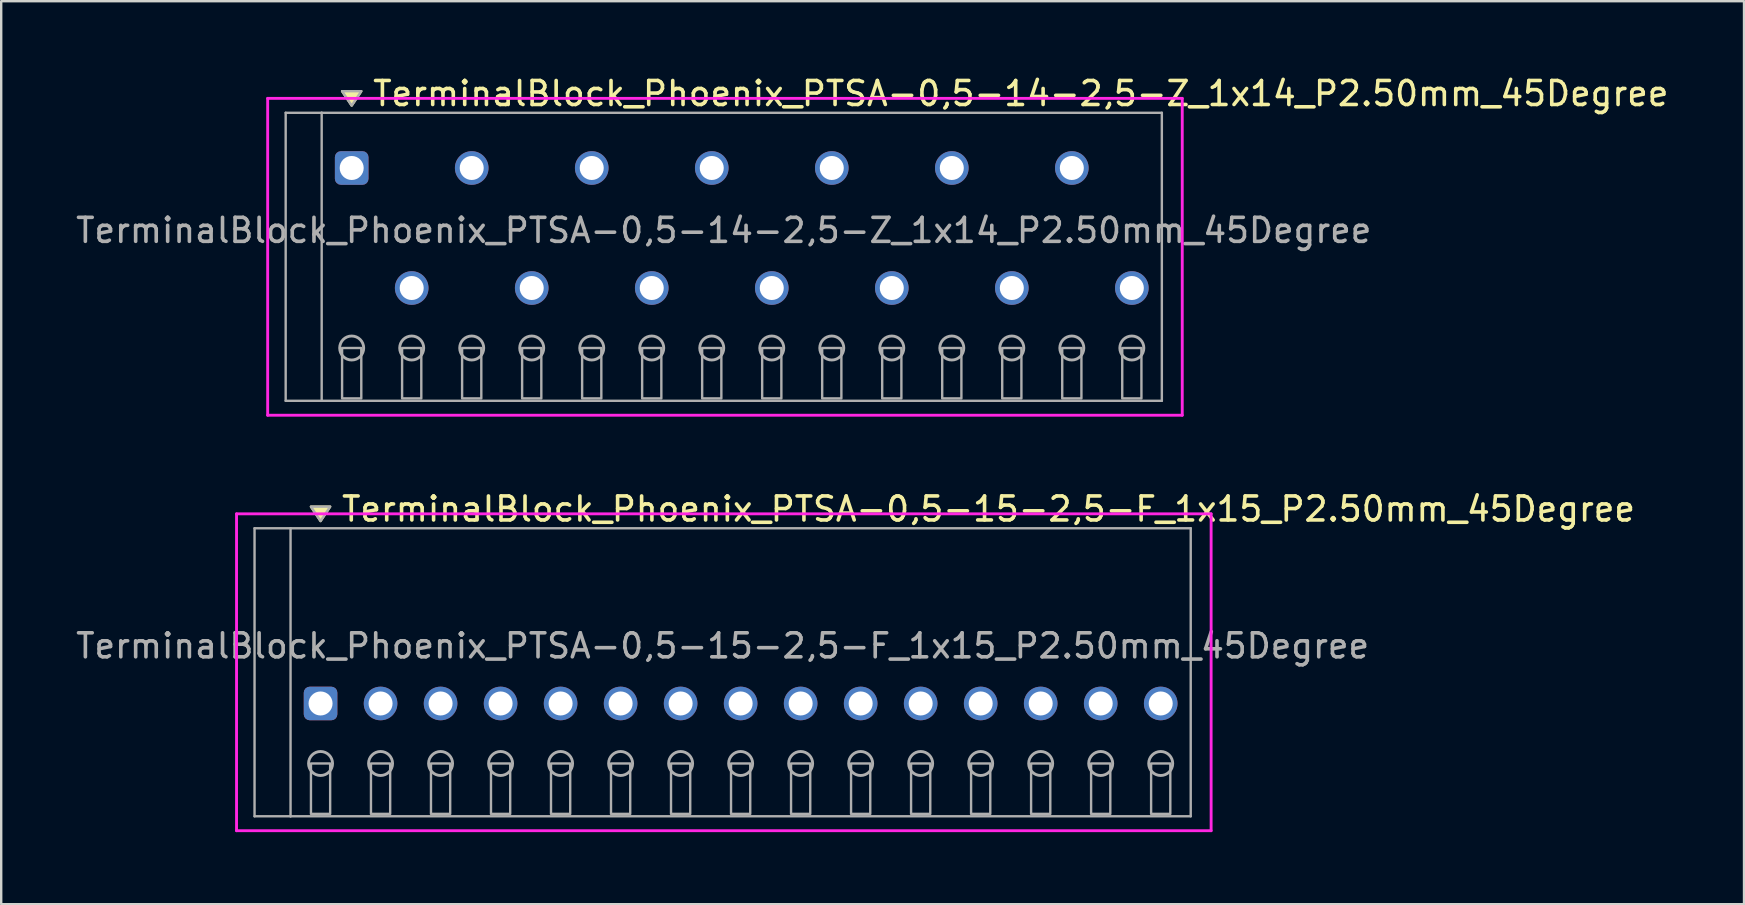
<source format=kicad_pcb>
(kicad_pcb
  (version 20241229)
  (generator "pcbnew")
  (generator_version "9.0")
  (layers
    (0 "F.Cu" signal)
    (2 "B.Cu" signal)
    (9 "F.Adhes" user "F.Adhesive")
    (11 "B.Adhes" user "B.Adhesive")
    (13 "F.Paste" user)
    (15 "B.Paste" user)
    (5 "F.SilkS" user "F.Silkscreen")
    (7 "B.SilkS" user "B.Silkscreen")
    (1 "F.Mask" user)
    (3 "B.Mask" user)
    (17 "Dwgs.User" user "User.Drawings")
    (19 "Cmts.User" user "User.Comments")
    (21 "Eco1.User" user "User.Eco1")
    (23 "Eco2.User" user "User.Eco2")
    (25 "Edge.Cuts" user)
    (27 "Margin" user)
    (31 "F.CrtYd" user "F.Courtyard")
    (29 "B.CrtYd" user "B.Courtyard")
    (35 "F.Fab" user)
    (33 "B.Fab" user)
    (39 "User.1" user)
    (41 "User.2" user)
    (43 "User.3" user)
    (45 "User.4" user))
  (footprint "TerminalBlock_Phoenix_PTSA-0,5-14-2,5-Z_1x14_P2.50mm_45Degree"
    (layer "F.Cu")
    (at 11.601 8.948)
    (property "Reference" "TerminalBlock_Phoenix_PTSA-0,5-14-2,5-Z_1x14_P2.50mm_45Degree" (at 0.8 -8.1 0) (layer "F.SilkS") (effects (font (size 1 1) (thickness 0.15)) (justify left)))
    (attr through_hole)
    (fp_poly (pts (xy 0 -7.6) (xy -0.4 -8.2) (xy 0.4 -8.2)) (stroke (width 0.1) (type solid)) (fill yes) (layer "F.SilkS"))
    (fp_line (start -3.5 -7.9) (end 34.6 -7.9) (stroke (width 0.12) (type solid)) (layer "F.CrtYd"))
    (fp_line (start -3.5 5.3) (end -3.5 -7.9) (stroke (width 0.12) (type solid)) (layer "F.CrtYd"))
    (fp_line (start 34.6 -7.9) (end 34.6 5.3) (stroke (width 0.12) (type solid)) (layer "F.CrtYd"))
    (fp_line (start 34.6 5.3) (end -3.5 5.3) (stroke (width 0.12) (type solid)) (layer "F.CrtYd"))
    (fp_line (start -2.75 -7.3) (end -1.25 -7.3) (stroke (width 0.1) (type solid)) (layer "F.Fab"))
    (fp_line (start -2.75 4.7) (end -2.75 -7.3) (stroke (width 0.1) (type solid)) (layer "F.Fab"))
    (fp_line (start -1.25 -7.3) (end -1.25 4.7) (stroke (width 0.1) (type solid)) (layer "F.Fab"))
    (fp_line (start -1.25 4.7) (end -2.75 4.7) (stroke (width 0.1) (type solid)) (layer "F.Fab"))
    (fp_line (start -1.25 4.7) (end 33.75 4.7) (stroke (width 0.1) (type solid)) (layer "F.Fab"))
    (fp_line (start 33.75 -7.3) (end -1.25 -7.3) (stroke (width 0.1) (type solid)) (layer "F.Fab"))
    (fp_line (start 33.75 4.7) (end 33.75 -7.3) (stroke (width 0.1) (type solid)) (layer "F.Fab"))
    (fp_circle (center 0 2.5) (end -0.5 2.5) (stroke (width 0.12) (type solid)) (fill no) (layer "F.Fab"))
    (fp_circle (center 2.5 2.5) (end 2 2.5) (stroke (width 0.12) (type solid)) (fill no) (layer "F.Fab"))
    (fp_circle (center 5 2.5) (end 4.5 2.5) (stroke (width 0.12) (type solid)) (fill no) (layer "F.Fab"))
    (fp_circle (center 7.5 2.5) (end 7 2.5) (stroke (width 0.12) (type solid)) (fill no) (layer "F.Fab"))
    (fp_circle (center 10 2.5) (end 9.5 2.5) (stroke (width 0.12) (type solid)) (fill no) (layer "F.Fab"))
    (fp_circle (center 12.5 2.5) (end 12 2.5) (stroke (width 0.12) (type solid)) (fill no) (layer "F.Fab"))
    (fp_circle (center 15 2.5) (end 14.5 2.5) (stroke (width 0.12) (type solid)) (fill no) (layer "F.Fab"))
    (fp_circle (center 17.5 2.5) (end 17 2.5) (stroke (width 0.12) (type solid)) (fill no) (layer "F.Fab"))
    (fp_circle (center 20 2.5) (end 19.5 2.5) (stroke (width 0.12) (type solid)) (fill no) (layer "F.Fab"))
    (fp_circle (center 22.5 2.5) (end 22 2.5) (stroke (width 0.12) (type solid)) (fill no) (layer "F.Fab"))
    (fp_circle (center 25 2.5) (end 24.5 2.5) (stroke (width 0.12) (type solid)) (fill no) (layer "F.Fab"))
    (fp_circle (center 27.5 2.5) (end 27 2.5) (stroke (width 0.12) (type solid)) (fill no) (layer "F.Fab"))
    (fp_circle (center 30 2.5) (end 29.5 2.5) (stroke (width 0.12) (type solid)) (fill no) (layer "F.Fab"))
    (fp_circle (center 32.5 2.5) (end 32 2.5) (stroke (width 0.12) (type solid)) (fill no) (layer "F.Fab"))
    (fp_poly (pts (xy 0 -7.6) (xy -0.4 -8.2) (xy 0.4 -8.2)) (stroke (width 0.1) (type solid)) (fill no) (layer "F.Fab"))
    (fp_poly (pts (xy -0.4 2.5) (xy -0.4 4.6) (xy 0.4 4.6) (xy 0.4 2.5)) (stroke (width 0.1) (type solid)) (fill no) (layer "F.Fab"))
    (fp_poly (pts (xy 2.1 2.5) (xy 2.1 4.6) (xy 2.9 4.6) (xy 2.9 2.5)) (stroke (width 0.1) (type solid)) (fill no) (layer "F.Fab"))
    (fp_poly (pts (xy 4.6 2.5) (xy 4.6 4.6) (xy 5.4 4.6) (xy 5.4 2.5)) (stroke (width 0.1) (type solid)) (fill no) (layer "F.Fab"))
    (fp_poly (pts (xy 7.1 2.5) (xy 7.1 4.6) (xy 7.9 4.6) (xy 7.9 2.5)) (stroke (width 0.1) (type solid)) (fill no) (layer "F.Fab"))
    (fp_poly (pts (xy 9.6 2.5) (xy 9.6 4.6) (xy 10.4 4.6) (xy 10.4 2.5)) (stroke (width 0.1) (type solid)) (fill no) (layer "F.Fab"))
    (fp_poly (pts (xy 12.1 2.5) (xy 12.1 4.6) (xy 12.9 4.6) (xy 12.9 2.5)) (stroke (width 0.1) (type solid)) (fill no) (layer "F.Fab"))
    (fp_poly (pts (xy 14.6 2.5) (xy 14.6 4.6) (xy 15.4 4.6) (xy 15.4 2.5)) (stroke (width 0.1) (type solid)) (fill no) (layer "F.Fab"))
    (fp_poly (pts (xy 17.1 2.5) (xy 17.1 4.6) (xy 17.9 4.6) (xy 17.9 2.5)) (stroke (width 0.1) (type solid)) (fill no) (layer "F.Fab"))
    (fp_poly (pts (xy 19.6 2.5) (xy 19.6 4.6) (xy 20.4 4.6) (xy 20.4 2.5)) (stroke (width 0.1) (type solid)) (fill no) (layer "F.Fab"))
    (fp_poly (pts (xy 22.1 2.5) (xy 22.1 4.6) (xy 22.9 4.6) (xy 22.9 2.5)) (stroke (width 0.1) (type solid)) (fill no) (layer "F.Fab"))
    (fp_poly (pts (xy 24.6 2.5) (xy 24.6 4.6) (xy 25.4 4.6) (xy 25.4 2.5)) (stroke (width 0.1) (type solid)) (fill no) (layer "F.Fab"))
    (fp_poly (pts (xy 27.1 2.5) (xy 27.1 4.6) (xy 27.9 4.6) (xy 27.9 2.5)) (stroke (width 0.1) (type solid)) (fill no) (layer "F.Fab"))
    (fp_poly (pts (xy 29.6 2.5) (xy 29.6 4.6) (xy 30.4 4.6) (xy 30.4 2.5)) (stroke (width 0.1) (type solid)) (fill no) (layer "F.Fab"))
    (fp_poly (pts (xy 32.1 2.5) (xy 32.1 4.6) (xy 32.9 4.6) (xy 32.9 2.5)) (stroke (width 0.1) (type solid)) (fill no) (layer "F.Fab"))
    (fp_text user "${REFERENCE}" (at 15.5 -2.4 0) (layer "F.Fab") (effects (font (size 1 1) (thickness 0.15))))
    (pad "1" thru_hole roundrect (at 0 -5) (size 1.4 1.4) (drill 1) (layers "*.Cu" "*.Mask") (roundrect_rratio 0.179))
    (pad "2" thru_hole oval (at 2.5 0) (size 1.4 1.4) (drill 1) (layers "*.Cu" "*.Mask"))
    (pad "3" thru_hole oval (at 5 -5) (size 1.4 1.4) (drill 1) (layers "*.Cu" "*.Mask"))
    (pad "4" thru_hole oval (at 7.5 0) (size 1.4 1.4) (drill 1) (layers "*.Cu" "*.Mask"))
    (pad "5" thru_hole oval (at 10 -5) (size 1.4 1.4) (drill 1) (layers "*.Cu" "*.Mask"))
    (pad "6" thru_hole oval (at 12.5 0) (size 1.4 1.4) (drill 1) (layers "*.Cu" "*.Mask"))
    (pad "7" thru_hole oval (at 15 -5) (size 1.4 1.4) (drill 1) (layers "*.Cu" "*.Mask"))
    (pad "8" thru_hole oval (at 17.5 0) (size 1.4 1.4) (drill 1) (layers "*.Cu" "*.Mask"))
    (pad "9" thru_hole oval (at 20 -5) (size 1.4 1.4) (drill 1) (layers "*.Cu" "*.Mask"))
    (pad "10" thru_hole oval (at 22.5 0) (size 1.4 1.4) (drill 1) (layers "*.Cu" "*.Mask"))
    (pad "11" thru_hole oval (at 25 -5) (size 1.4 1.4) (drill 1) (layers "*.Cu" "*.Mask"))
    (pad "12" thru_hole oval (at 27.5 0) (size 1.4 1.4) (drill 1) (layers "*.Cu" "*.Mask"))
    (pad "13" thru_hole oval (at 30 -5) (size 1.4 1.4) (drill 1) (layers "*.Cu" "*.Mask"))
    (pad "14" thru_hole oval (at 32.5 0) (size 1.4 1.4) (drill 1) (layers "*.Cu" "*.Mask")))
  (footprint "TerminalBlock_Phoenix_PTSA-0,5-15-2,5-F_1x15_P2.50mm_45Degree"
    (layer "F.Cu")
    (at 10.304 26.256)
    (property "Reference" "TerminalBlock_Phoenix_PTSA-0,5-15-2,5-F_1x15_P2.50mm_45Degree" (at 0.8 -8.1 0) (layer "F.SilkS") (effects (font (size 1 1) (thickness 0.15)) (justify left)))
    (attr through_hole)
    (fp_poly (pts (xy 0 -7.6) (xy -0.4 -8.2) (xy 0.4 -8.2)) (stroke (width 0.1) (type solid)) (fill yes) (layer "F.SilkS"))
    (fp_line (start -3.5 -7.9) (end 37.1 -7.9) (stroke (width 0.12) (type solid)) (layer "F.CrtYd"))
    (fp_line (start -3.5 5.3) (end -3.5 -7.9) (stroke (width 0.12) (type solid)) (layer "F.CrtYd"))
    (fp_line (start 37.1 -7.9) (end 37.1 5.3) (stroke (width 0.12) (type solid)) (layer "F.CrtYd"))
    (fp_line (start 37.1 5.3) (end -3.5 5.3) (stroke (width 0.12) (type solid)) (layer "F.CrtYd"))
    (fp_line (start -2.75 -7.3) (end -1.25 -7.3) (stroke (width 0.1) (type solid)) (layer "F.Fab"))
    (fp_line (start -2.75 4.7) (end -2.75 -7.3) (stroke (width 0.1) (type solid)) (layer "F.Fab"))
    (fp_line (start -1.25 -7.3) (end -1.25 4.7) (stroke (width 0.1) (type solid)) (layer "F.Fab"))
    (fp_line (start -1.25 4.7) (end -2.75 4.7) (stroke (width 0.1) (type solid)) (layer "F.Fab"))
    (fp_line (start -1.25 4.7) (end 36.25 4.7) (stroke (width 0.1) (type solid)) (layer "F.Fab"))
    (fp_line (start 36.25 -7.3) (end -1.25 -7.3) (stroke (width 0.1) (type solid)) (layer "F.Fab"))
    (fp_line (start 36.25 4.7) (end 36.25 -7.3) (stroke (width 0.1) (type solid)) (layer "F.Fab"))
    (fp_circle (center 0 2.5) (end -0.5 2.5) (stroke (width 0.12) (type solid)) (fill no) (layer "F.Fab"))
    (fp_circle (center 2.5 2.5) (end 2 2.5) (stroke (width 0.12) (type solid)) (fill no) (layer "F.Fab"))
    (fp_circle (center 5 2.5) (end 4.5 2.5) (stroke (width 0.12) (type solid)) (fill no) (layer "F.Fab"))
    (fp_circle (center 7.5 2.5) (end 7 2.5) (stroke (width 0.12) (type solid)) (fill no) (layer "F.Fab"))
    (fp_circle (center 10 2.5) (end 9.5 2.5) (stroke (width 0.12) (type solid)) (fill no) (layer "F.Fab"))
    (fp_circle (center 12.5 2.5) (end 12 2.5) (stroke (width 0.12) (type solid)) (fill no) (layer "F.Fab"))
    (fp_circle (center 15 2.5) (end 14.5 2.5) (stroke (width 0.12) (type solid)) (fill no) (layer "F.Fab"))
    (fp_circle (center 17.5 2.5) (end 17 2.5) (stroke (width 0.12) (type solid)) (fill no) (layer "F.Fab"))
    (fp_circle (center 20 2.5) (end 19.5 2.5) (stroke (width 0.12) (type solid)) (fill no) (layer "F.Fab"))
    (fp_circle (center 22.5 2.5) (end 22 2.5) (stroke (width 0.12) (type solid)) (fill no) (layer "F.Fab"))
    (fp_circle (center 25 2.5) (end 24.5 2.5) (stroke (width 0.12) (type solid)) (fill no) (layer "F.Fab"))
    (fp_circle (center 27.5 2.5) (end 27 2.5) (stroke (width 0.12) (type solid)) (fill no) (layer "F.Fab"))
    (fp_circle (center 30 2.5) (end 29.5 2.5) (stroke (width 0.12) (type solid)) (fill no) (layer "F.Fab"))
    (fp_circle (center 32.5 2.5) (end 32 2.5) (stroke (width 0.12) (type solid)) (fill no) (layer "F.Fab"))
    (fp_circle (center 35 2.5) (end 34.5 2.5) (stroke (width 0.12) (type solid)) (fill no) (layer "F.Fab"))
    (fp_poly (pts (xy 0 -7.6) (xy -0.4 -8.2) (xy 0.4 -8.2)) (stroke (width 0.1) (type solid)) (fill no) (layer "F.Fab"))
    (fp_poly (pts (xy -0.4 2.5) (xy -0.4 4.6) (xy 0.4 4.6) (xy 0.4 2.5)) (stroke (width 0.1) (type solid)) (fill no) (layer "F.Fab"))
    (fp_poly (pts (xy 2.1 2.5) (xy 2.1 4.6) (xy 2.9 4.6) (xy 2.9 2.5)) (stroke (width 0.1) (type solid)) (fill no) (layer "F.Fab"))
    (fp_poly (pts (xy 4.6 2.5) (xy 4.6 4.6) (xy 5.4 4.6) (xy 5.4 2.5)) (stroke (width 0.1) (type solid)) (fill no) (layer "F.Fab"))
    (fp_poly (pts (xy 7.1 2.5) (xy 7.1 4.6) (xy 7.9 4.6) (xy 7.9 2.5)) (stroke (width 0.1) (type solid)) (fill no) (layer "F.Fab"))
    (fp_poly (pts (xy 9.6 2.5) (xy 9.6 4.6) (xy 10.4 4.6) (xy 10.4 2.5)) (stroke (width 0.1) (type solid)) (fill no) (layer "F.Fab"))
    (fp_poly (pts (xy 12.1 2.5) (xy 12.1 4.6) (xy 12.9 4.6) (xy 12.9 2.5)) (stroke (width 0.1) (type solid)) (fill no) (layer "F.Fab"))
    (fp_poly (pts (xy 14.6 2.5) (xy 14.6 4.6) (xy 15.4 4.6) (xy 15.4 2.5)) (stroke (width 0.1) (type solid)) (fill no) (layer "F.Fab"))
    (fp_poly (pts (xy 17.1 2.5) (xy 17.1 4.6) (xy 17.9 4.6) (xy 17.9 2.5)) (stroke (width 0.1) (type solid)) (fill no) (layer "F.Fab"))
    (fp_poly (pts (xy 19.6 2.5) (xy 19.6 4.6) (xy 20.4 4.6) (xy 20.4 2.5)) (stroke (width 0.1) (type solid)) (fill no) (layer "F.Fab"))
    (fp_poly (pts (xy 22.1 2.5) (xy 22.1 4.6) (xy 22.9 4.6) (xy 22.9 2.5)) (stroke (width 0.1) (type solid)) (fill no) (layer "F.Fab"))
    (fp_poly (pts (xy 24.6 2.5) (xy 24.6 4.6) (xy 25.4 4.6) (xy 25.4 2.5)) (stroke (width 0.1) (type solid)) (fill no) (layer "F.Fab"))
    (fp_poly (pts (xy 27.1 2.5) (xy 27.1 4.6) (xy 27.9 4.6) (xy 27.9 2.5)) (stroke (width 0.1) (type solid)) (fill no) (layer "F.Fab"))
    (fp_poly (pts (xy 29.6 2.5) (xy 29.6 4.6) (xy 30.4 4.6) (xy 30.4 2.5)) (stroke (width 0.1) (type solid)) (fill no) (layer "F.Fab"))
    (fp_poly (pts (xy 32.1 2.5) (xy 32.1 4.6) (xy 32.9 4.6) (xy 32.9 2.5)) (stroke (width 0.1) (type solid)) (fill no) (layer "F.Fab"))
    (fp_poly (pts (xy 34.6 2.5) (xy 34.6 4.6) (xy 35.4 4.6) (xy 35.4 2.5)) (stroke (width 0.1) (type solid)) (fill no) (layer "F.Fab"))
    (fp_text user "${REFERENCE}" (at 16.75 -2.4 0) (layer "F.Fab") (effects (font (size 1 1) (thickness 0.15))))
    (pad "1" thru_hole roundrect (at 0 0) (size 1.4 1.4) (drill 1) (layers "*.Cu" "*.Mask") (roundrect_rratio 0.179))
    (pad "2" thru_hole oval (at 2.5 0) (size 1.4 1.4) (drill 1) (layers "*.Cu" "*.Mask"))
    (pad "3" thru_hole oval (at 5 0) (size 1.4 1.4) (drill 1) (layers "*.Cu" "*.Mask"))
    (pad "4" thru_hole oval (at 7.5 0) (size 1.4 1.4) (drill 1) (layers "*.Cu" "*.Mask"))
    (pad "5" thru_hole oval (at 10 0) (size 1.4 1.4) (drill 1) (layers "*.Cu" "*.Mask"))
    (pad "6" thru_hole oval (at 12.5 0) (size 1.4 1.4) (drill 1) (layers "*.Cu" "*.Mask"))
    (pad "7" thru_hole oval (at 15 0) (size 1.4 1.4) (drill 1) (layers "*.Cu" "*.Mask"))
    (pad "8" thru_hole oval (at 17.5 0) (size 1.4 1.4) (drill 1) (layers "*.Cu" "*.Mask"))
    (pad "9" thru_hole oval (at 20 0) (size 1.4 1.4) (drill 1) (layers "*.Cu" "*.Mask"))
    (pad "10" thru_hole oval (at 22.5 0) (size 1.4 1.4) (drill 1) (layers "*.Cu" "*.Mask"))
    (pad "11" thru_hole oval (at 25 0) (size 1.4 1.4) (drill 1) (layers "*.Cu" "*.Mask"))
    (pad "12" thru_hole oval (at 27.5 0) (size 1.4 1.4) (drill 1) (layers "*.Cu" "*.Mask"))
    (pad "13" thru_hole oval (at 30 0) (size 1.4 1.4) (drill 1) (layers "*.Cu" "*.Mask"))
    (pad "14" thru_hole oval (at 32.5 0) (size 1.4 1.4) (drill 1) (layers "*.Cu" "*.Mask"))
    (pad "15" thru_hole oval (at 35 0) (size 1.4 1.4) (drill 1) (layers "*.Cu" "*.Mask")))
  (gr_rect
    (start -3 -3)
    (end 69.604 34.617)
    (stroke (width 0.1) (type default))
    (fill no)
    (layer "Edge.Cuts")))
</source>
